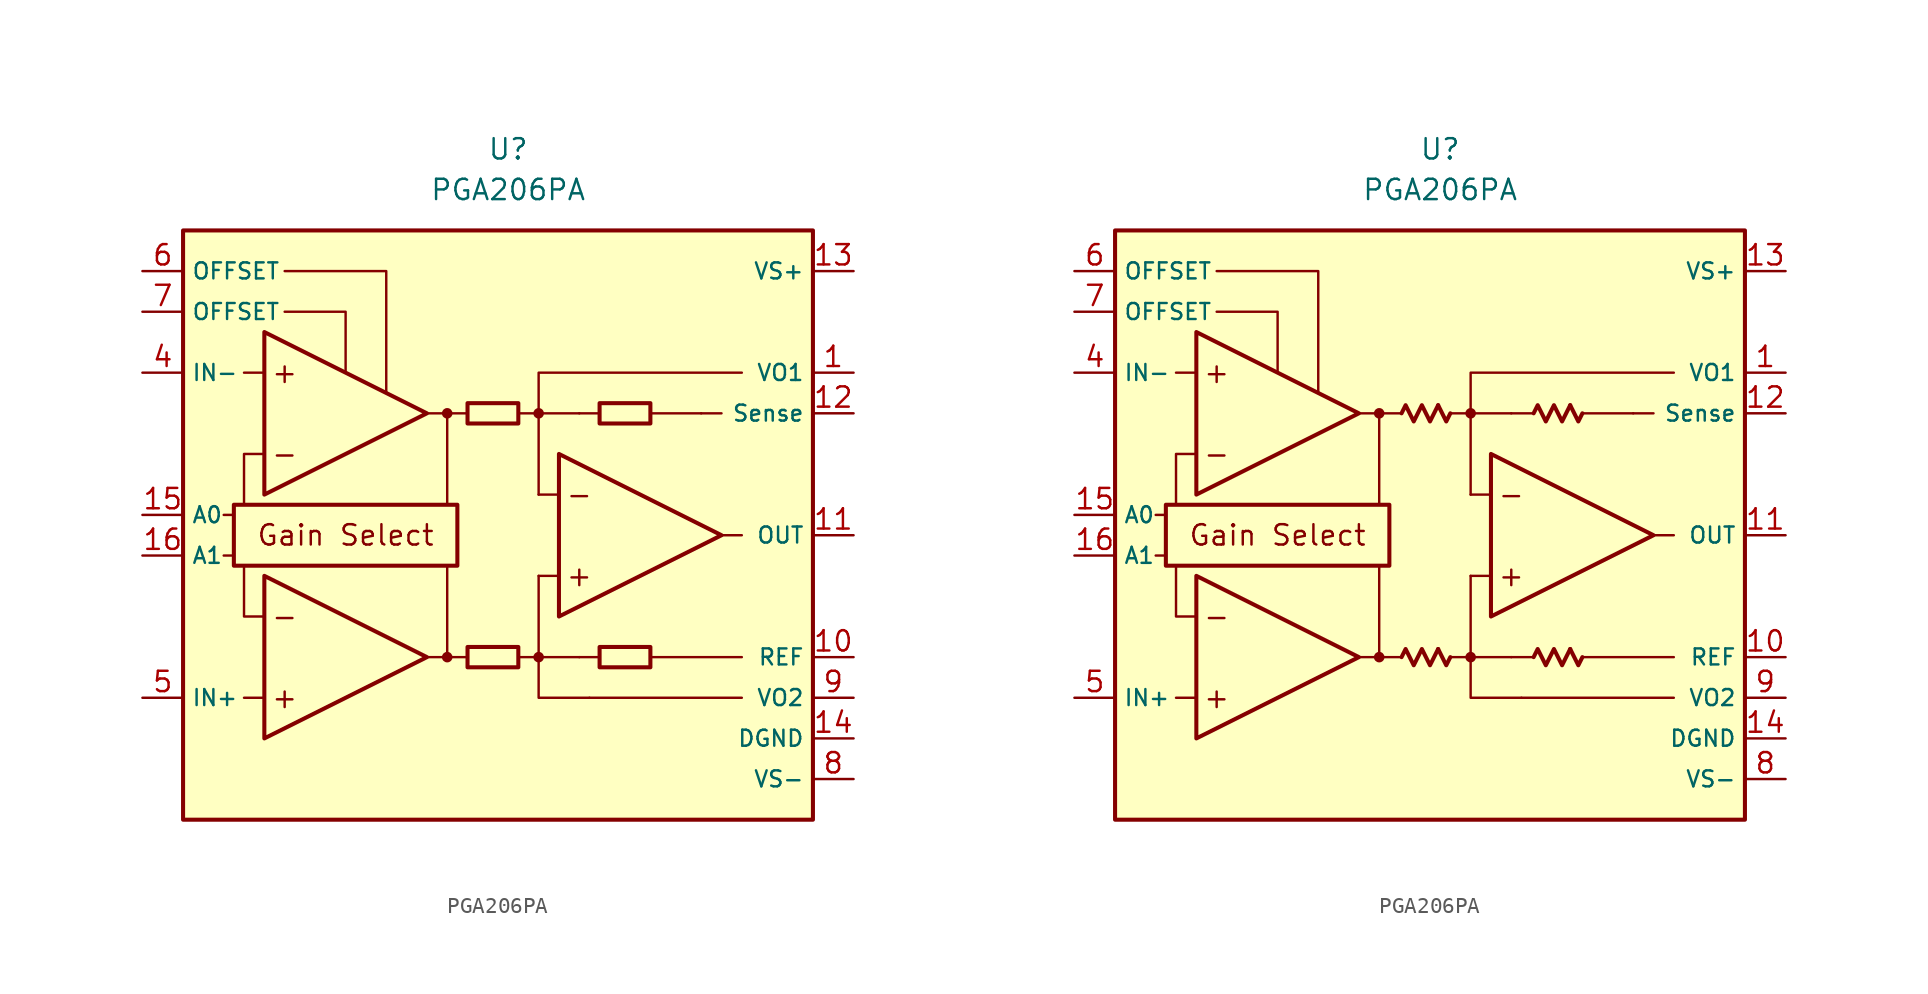
<source format=kicad_sym>
(kicad_symbol_lib
  (version 20231120)
  (generator "kicad_symbol_editor")
  (generator_version "8.0")
  (symbol "PGA206PA"
    (property "Reference" "U"
      (at 0 22.86 0)
      (effects (font (size 1.27 1.27))))
    (property "Value" "PGA206PA"
      (at 0 20.32 0)
      (effects (font (size 1.27 1.27))))
    (symbol "PGA206PA_0_0"
      (rectangle (start -20.32 17.78) (end 19.05 -19.05) (stroke (width 0.254) (type default)) (fill (type background)))
      (rectangle (start -17.145 0.635) (end -3.175 -3.175) (stroke (width 0.254) (type default)) (fill (type none)))
      (circle (center -3.81 -8.89) (radius 0.254) (stroke (width 0.152) (type default)) (fill (type outline)))
      (circle (center -3.81 6.35) (radius 0.254) (stroke (width 0.152) (type default)) (fill (type outline)))
      (polyline (pts (xy -1.27 -8.89)) (stroke (width 0.152) (type default)) (fill (type none)))
      (polyline (pts (xy -1.27 6.35)) (stroke (width 0.152) (type default)) (fill (type none)))
      (polyline (pts (xy 5.715 6.35)) (stroke (width 0.152) (type default)) (fill (type none)))
      (polyline (pts (xy -17.145 -2.54) (xy -17.78 -2.54)) (stroke (width 0.152) (type default)) (fill (type none)))
      (polyline (pts (xy -17.145 0) (xy -17.78 0)) (stroke (width 0.152) (type default)) (fill (type none)))
      (polyline (pts (xy -15.24 -11.43) (xy -16.51 -11.43)) (stroke (width 0.152) (type default)) (fill (type none)))
      (polyline (pts (xy -15.24 8.89) (xy -16.51 8.89)) (stroke (width 0.152) (type default)) (fill (type none)))
      (polyline (pts (xy -5.08 -8.89) (xy -2.54 -8.89)) (stroke (width 0.152) (type default)) (fill (type none)))
      (polyline (pts (xy -5.08 6.35) (xy -2.54 6.35)) (stroke (width 0.152) (type default)) (fill (type none)))
      (polyline (pts (xy -3.81 -8.89) (xy -3.81 -3.175)) (stroke (width 0.152) (type default)) (fill (type none)))
      (polyline (pts (xy -3.81 0.635) (xy -3.81 6.35)) (stroke (width 0.152) (type default)) (fill (type none)))
      (polyline (pts (xy 0.635 -8.89) (xy 1.905 -8.89)) (stroke (width 0.152) (type default)) (fill (type none)))
      (polyline (pts (xy 0.635 6.35) (xy 1.905 6.35)) (stroke (width 0.152) (type default)) (fill (type none)))
      (polyline (pts (xy 3.175 -3.81) (xy 1.905 -3.81)) (stroke (width 0.152) (type default)) (fill (type none)))
      (polyline (pts (xy 3.175 1.27) (xy 1.905 1.27)) (stroke (width 0.152) (type default)) (fill (type none)))
      (polyline (pts (xy 4.445 -8.89) (xy 1.905 -8.89)) (stroke (width 0.152) (type default)) (fill (type none)))
      (polyline (pts (xy 4.445 -8.89) (xy 5.715 -8.89)) (stroke (width 0.152) (type default)) (fill (type none)))
      (polyline (pts (xy 4.445 6.35) (xy 1.905 6.35)) (stroke (width 0.152) (type default)) (fill (type none)))
      (polyline (pts (xy 4.445 6.35) (xy 5.715 6.35)) (stroke (width 0.152) (type default)) (fill (type none)))
      (polyline (pts (xy 8.89 -8.89) (xy 14.605 -8.89)) (stroke (width 0.152) (type default)) (fill (type none)))
      (polyline (pts (xy 8.89 6.35) (xy 12.065 6.35)) (stroke (width 0.152) (type default)) (fill (type none)))
      (polyline (pts (xy 12.065 6.35) (xy 13.335 6.35)) (stroke (width 0.152) (type default)) (fill (type none)))
      (polyline (pts (xy 13.335 -1.27) (xy 14.605 -1.27)) (stroke (width 0.152) (type default)) (fill (type none)))
      (polyline (pts (xy 14.605 -11.43) (xy 5.08 -11.43)) (stroke (width 0.152) (type default)) (fill (type none)))
      (polyline (pts (xy -16.51 -3.175) (xy -16.51 -6.35) (xy -15.24 -6.35)) (stroke (width 0.152) (type default)) (fill (type none)))
      (polyline (pts (xy -15.24 3.81) (xy -16.51 3.81) (xy -16.51 0.635)) (stroke (width 0.152) (type default)) (fill (type none)))
      (polyline (pts (xy -13.97 12.7) (xy -10.16 12.7) (xy -10.16 8.89)) (stroke (width 0.152) (type default)) (fill (type none)))
      (polyline (pts (xy -7.62 7.62) (xy -7.62 15.24) (xy -13.97 15.24)) (stroke (width 0.152) (type default)) (fill (type none)))
      (polyline (pts (xy 1.905 -3.81) (xy 1.905 -11.43) (xy 5.08 -11.43)) (stroke (width 0.152) (type default)) (fill (type none)))
      (polyline (pts (xy 14.605 8.89) (xy 1.905 8.89) (xy 1.905 1.27)) (stroke (width 0.152) (type default)) (fill (type none)))
      (circle (center 1.905 -8.89) (radius 0.254) (stroke (width 0.152) (type default)) (fill (type outline)))
      (circle (center 1.905 6.35) (radius 0.254) (stroke (width 0.152) (type default)) (fill (type outline)))
      (text "+" (at -13.97 -11.43 0) (effects (font (size 1.27 1.27))))
      (text "+" (at -13.97 8.89 0) (effects (font (size 1.27 1.27))))
      (text "+" (at 4.445 -3.81 0) (effects (font (size 1.27 1.27))))
      (text "-" (at -13.97 -6.35 0) (effects (font (size 1.27 1.27))))
      (text "-" (at -13.97 3.81 0) (effects (font (size 1.27 1.27))))
      (text "-" (at 4.445 1.27 0) (effects (font (size 1.27 1.27))))
      (text "Gain Select" (at -10.16 -1.27 0) (effects (font (size 1.27 1.27)))))
    (symbol "PGA206PA_0_1"
      (rectangle (start -2.54 -8.255) (end 0.635 -9.525) (stroke (width 0.254) (type default)) (fill (type none)))
      (rectangle (start -2.54 6.985) (end 0.635 5.715) (stroke (width 0.254) (type default)) (fill (type none)))
      (rectangle (start 5.715 -8.255) (end 8.89 -9.525) (stroke (width 0.254) (type default)) (fill (type none)))
      (rectangle (start 5.715 6.985) (end 8.89 5.715) (stroke (width 0.254) (type default)) (fill (type none))))
    (symbol "PGA206PA_0_2"
      (polyline (pts (xy -0.127 -8.382) (xy 0.381 -9.398) (xy 0.635 -8.89)) (stroke (width 0.254) (type default)) (fill (type none)))
      (polyline (pts (xy -0.127 6.858) (xy 0.381 5.842) (xy 0.635 6.35)) (stroke (width 0.254) (type default)) (fill (type none)))
      (polyline (pts (xy 8.128 -8.382) (xy 8.636 -9.398) (xy 8.89 -8.89)) (stroke (width 0.254) (type default)) (fill (type none)))
      (polyline (pts (xy 8.128 6.858) (xy 8.636 5.842) (xy 8.89 6.35)) (stroke (width 0.254) (type default)) (fill (type none)))
      (polyline (pts (xy -2.413 -8.89) (xy -2.159 -8.382) (xy -1.651 -9.398) (xy -1.143 -8.382) (xy -0.635 -9.398) (xy -0.127 -8.382)) (stroke (width 0.254) (type default)) (fill (type none)))
      (polyline (pts (xy -2.413 6.35) (xy -2.159 6.858) (xy -1.651 5.842) (xy -1.143 6.858) (xy -0.635 5.842) (xy -0.127 6.858)) (stroke (width 0.254) (type default)) (fill (type none)))
      (polyline (pts (xy 5.842 -8.89) (xy 6.096 -8.382) (xy 6.604 -9.398) (xy 7.112 -8.382) (xy 7.62 -9.398) (xy 8.128 -8.382)) (stroke (width 0.254) (type default)) (fill (type none)))
      (polyline (pts (xy 5.842 6.35) (xy 6.096 6.858) (xy 6.604 5.842) (xy 7.112 6.858) (xy 7.62 5.842) (xy 8.128 6.858)) (stroke (width 0.254) (type default)) (fill (type none))))
    (symbol "PGA206PA_1_0"
      (polyline (pts (xy -15.24 -3.81) (xy -15.24 -13.97) (xy -5.08 -8.89) (xy -15.24 -3.81)) (stroke (width 0.254) (type default)) (fill (type background)))
      (polyline (pts (xy -15.24 11.43) (xy -15.24 1.27) (xy -5.08 6.35) (xy -15.24 11.43)) (stroke (width 0.254) (type default)) (fill (type background)))
      (polyline (pts (xy 3.175 3.81) (xy 3.175 -6.35) (xy 13.335 -1.27) (xy 3.175 3.81)) (stroke (width 0.254) (type default)) (fill (type background))))
    (symbol "PGA206PA_1_1"
      (pin passive line (at 21.59 8.89 180) (length 2.54) (name "VO1" (effects (font (size 1 1)))) (number "1" (effects (font (size 1.27 1.27)))))
      (pin passive line (at 21.59 -8.89 180) (length 2.54) (name "REF" (effects (font (size 1 1)))) (number "10" (effects (font (size 1.27 1.27)))))
      (pin output line (at 21.59 -1.27 180) (length 2.54) (name "OUT" (effects (font (size 1 1)))) (number "11" (effects (font (size 1.27 1.27)))))
      (pin passive line (at 21.59 6.35 180) (length 2.54) (name "Sense" (effects (font (size 1 1)))) (number "12" (effects (font (size 1.27 1.27)))))
      (pin power_in line (at 21.59 15.24 180) (length 2.54) (name "VS+" (effects (font (size 1 1)))) (number "13" (effects (font (size 1.27 1.27)))))
      (pin power_in line (at 21.59 -13.97 180) (length 2.54) (name "DGND" (effects (font (size 1 1)))) (number "14" (effects (font (size 1.27 1.27)))))
      (pin input line (at -22.86 0 0) (length 2.54) (name "A0" (effects (font (size 1 1)))) (number "15" (effects (font (size 1.27 1.27)))))
      (pin input line (at -22.86 -2.54 0) (length 2.54) (name "A1" (effects (font (size 1 1)))) (number "16" (effects (font (size 1.27 1.27)))))
      (pin free line (at -1.27 -12.7 0) (length 2.54) hide (name "NC" (effects (font (size 1.27 1.27)))) (number "2" (effects (font (size 1.27 1.27)))))
      (pin free line (at -1.27 -15.24 0) (length 2.54) hide (name "NC" (effects (font (size 1.27 1.27)))) (number "3" (effects (font (size 1.27 1.27)))))
      (pin input line (at -22.86 8.89 0) (length 2.54) (name "IN-" (effects (font (size 1 1)))) (number "4" (effects (font (size 1.27 1.27)))))
      (pin input line (at -22.86 -11.43 0) (length 2.54) (name "IN+" (effects (font (size 1 1)))) (number "5" (effects (font (size 1.27 1.27)))))
      (pin passive line (at -22.86 15.24 0) (length 2.54) (name "OFFSET" (effects (font (size 1 1)))) (number "6" (effects (font (size 1.27 1.27)))))
      (pin passive line (at -22.86 12.7 0) (length 2.54) (name "OFFSET" (effects (font (size 1 1)))) (number "7" (effects (font (size 1.27 1.27)))))
      (pin power_in line (at 21.59 -16.51 180) (length 2.54) (name "VS-" (effects (font (size 1 1)))) (number "8" (effects (font (size 1.27 1.27)))))
      (pin passive line (at 21.59 -11.43 180) (length 2.54) (name "VO2" (effects (font (size 1 1)))) (number "9" (effects (font (size 1.27 1.27))))))
    (symbol "PGA206PA_1_2"
      (pin passive line (at 21.59 8.89 180) (length 2.54) (name "VO1" (effects (font (size 1 1)))) (number "1" (effects (font (size 1.27 1.27)))))
      (pin passive line (at 21.59 -8.89 180) (length 2.54) (name "REF" (effects (font (size 1 1)))) (number "10" (effects (font (size 1.27 1.27)))))
      (pin output line (at 21.59 -1.27 180) (length 2.54) (name "OUT" (effects (font (size 1 1)))) (number "11" (effects (font (size 1.27 1.27)))))
      (pin passive line (at 21.59 6.35 180) (length 2.54) (name "Sense" (effects (font (size 1 1)))) (number "12" (effects (font (size 1.27 1.27)))))
      (pin power_in line (at 21.59 15.24 180) (length 2.54) (name "VS+" (effects (font (size 1 1)))) (number "13" (effects (font (size 1.27 1.27)))))
      (pin power_in line (at 21.59 -13.97 180) (length 2.54) (name "DGND" (effects (font (size 1 1)))) (number "14" (effects (font (size 1.27 1.27)))))
      (pin input line (at -22.86 0 0) (length 2.54) (name "A0" (effects (font (size 1 1)))) (number "15" (effects (font (size 1.27 1.27)))))
      (pin input line (at -22.86 -2.54 0) (length 2.54) (name "A1" (effects (font (size 1 1)))) (number "16" (effects (font (size 1.27 1.27)))))
      (pin no_connect line (at -1.27 -12.7 0) (length 2.54) hide (name "NC" (effects (font (size 1.27 1.27)))) (number "2" (effects (font (size 1.27 1.27)))))
      (pin no_connect line (at -1.27 -15.24 0) (length 2.54) hide (name "NC" (effects (font (size 1.27 1.27)))) (number "3" (effects (font (size 1.27 1.27)))))
      (pin input line (at -22.86 8.89 0) (length 2.54) (name "IN-" (effects (font (size 1 1)))) (number "4" (effects (font (size 1.27 1.27)))))
      (pin input line (at -22.86 -11.43 0) (length 2.54) (name "IN+" (effects (font (size 1 1)))) (number "5" (effects (font (size 1.27 1.27)))))
      (pin passive line (at -22.86 15.24 0) (length 2.54) (name "OFFSET" (effects (font (size 1 1)))) (number "6" (effects (font (size 1.27 1.27)))))
      (pin passive line (at -22.86 12.7 0) (length 2.54) (name "OFFSET" (effects (font (size 1 1)))) (number "7" (effects (font (size 1.27 1.27)))))
      (pin power_in line (at 21.59 -16.51 180) (length 2.54) (name "VS-" (effects (font (size 1 1)))) (number "8" (effects (font (size 1.27 1.27)))))
      (pin passive line (at 21.59 -11.43 180) (length 2.54) (name "VO2" (effects (font (size 1 1)))) (number "9" (effects (font (size 1.27 1.27))))))))
</source>
